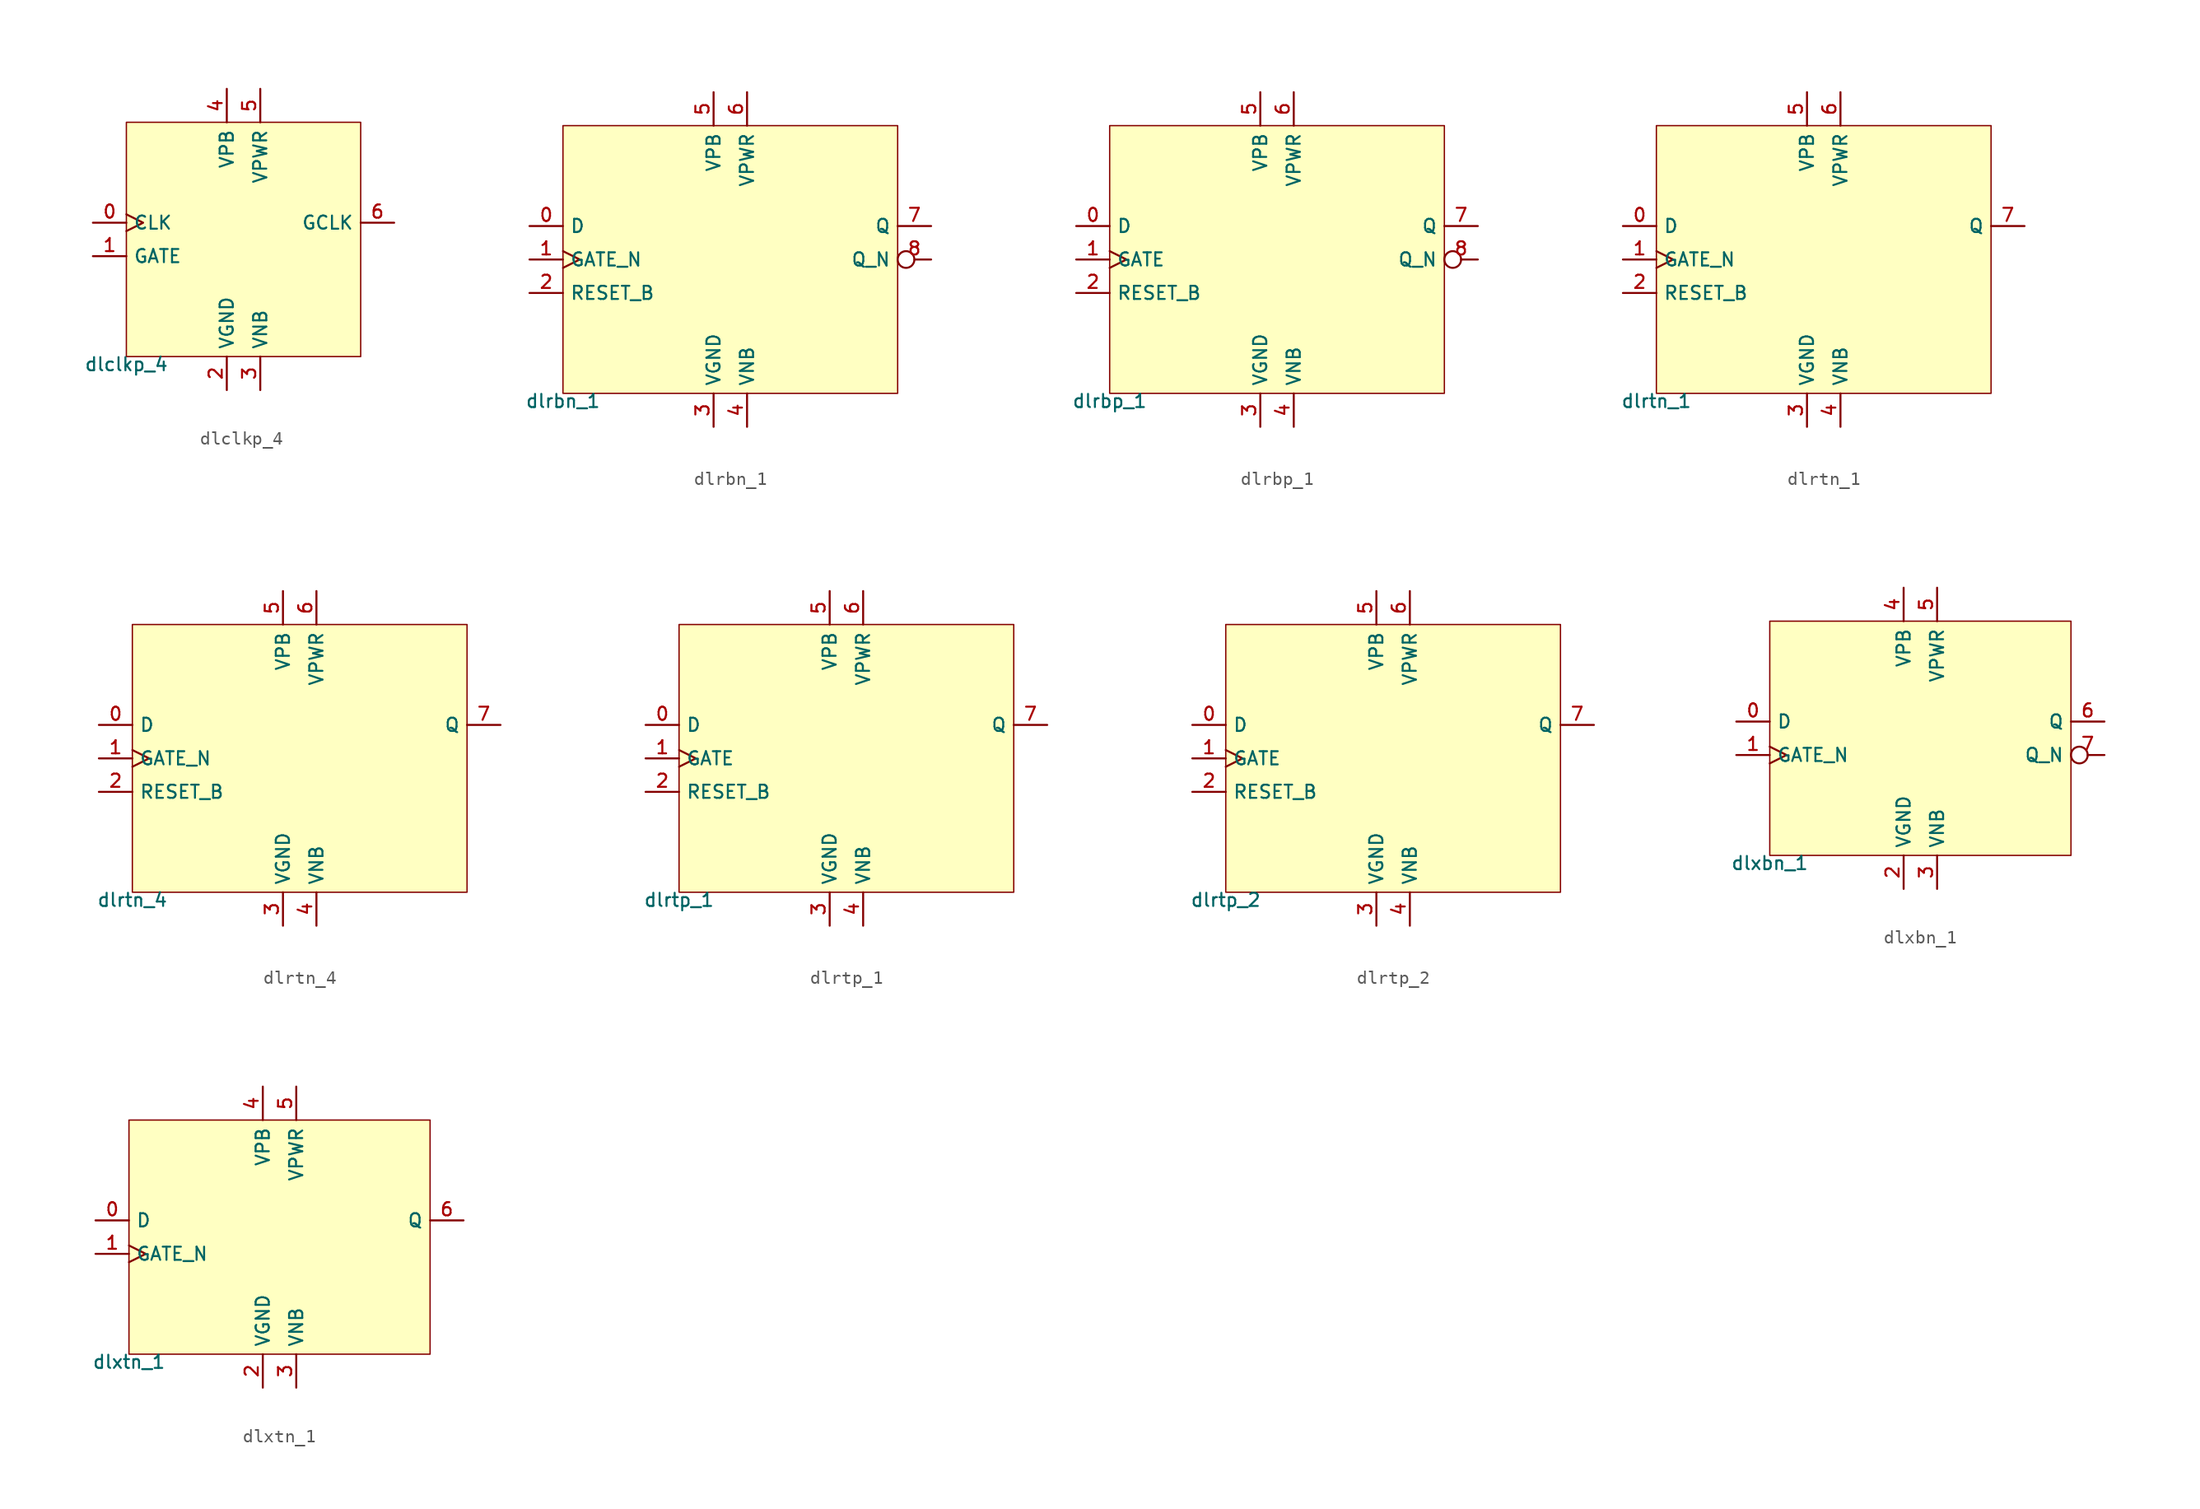
<source format=kicad_sym>
(kicad_symbol_lib
  (version 20211014)
  (generator lef2kicad_sym)
  (symbol "dlclkp_4"
    (property "Reference" "CELL"
      (at 0 0 0)
      (effects (font (size 1 1)) hide))
    (property "Value" "dlclkp_4"
      (at -8.89 -8.89 0)
      (effects (font (size 1 1)) (justify top)))
    (rectangle
      (start -8.89 -8.89)
      (end 8.89 8.89)
      (stroke (width 0.1) (type solid) (color 0 0 0 0))
      (fill (type background)))
    (pin input clock
      (at -11.43 1.27 0)
      (length 2.54)
      (name "CLK" (effects (font (size 1 1)) hide))
      (number "0" (effects (font (size 1 1)) hide)))
    (pin input line
      (at -11.43 -1.27 0)
      (length 2.54)
      (name "GATE" (effects (font (size 1 1)) hide))
      (number "1" (effects (font (size 1 1)) hide)))
    (pin power_in line
      (at -1.27 -11.43 90)
      (length 2.54)
      (name "VGND" (effects (font (size 1 1)) hide))
      (number "2" (effects (font (size 1 1)) hide)))
    (pin power_in line
      (at 1.27 -11.43 90)
      (length 2.54)
      (name "VNB" (effects (font (size 1 1)) hide))
      (number "3" (effects (font (size 1 1)) hide)))
    (pin power_in line
      (at -1.27 11.43 270)
      (length 2.54)
      (name "VPB" (effects (font (size 1 1)) hide))
      (number "4" (effects (font (size 1 1)) hide)))
    (pin power_in line
      (at 1.27 11.43 270)
      (length 2.54)
      (name "VPWR" (effects (font (size 1 1)) hide))
      (number "5" (effects (font (size 1 1)) hide)))
    (pin output line
      (at 11.43 1.27 180)
      (length 2.54)
      (name "GCLK" (effects (font (size 1 1)) hide))
      (number "6" (effects (font (size 1 1)) hide))))
  (symbol "dlrbn_1"
    (property "Reference" "CELL"
      (at 0 0 0)
      (effects (font (size 1 1)) hide))
    (property "Value" "dlrbn_1"
      (at -12.7 -10.16 0)
      (effects (font (size 1 1)) (justify top)))
    (rectangle
      (start -12.7 -10.16)
      (end 12.7 10.16)
      (stroke (width 0.1) (type solid) (color 0 0 0 0))
      (fill (type background)))
    (pin input line
      (at -15.24 2.54 0)
      (length 2.54)
      (name "D" (effects (font (size 1 1)) hide))
      (number "0" (effects (font (size 1 1)) hide)))
    (pin input clock
      (at -15.24 0.0 0)
      (length 2.54)
      (name "GATE_N" (effects (font (size 1 1)) hide))
      (number "1" (effects (font (size 1 1)) hide)))
    (pin input line
      (at -15.24 -2.54 0)
      (length 2.54)
      (name "RESET_B" (effects (font (size 1 1)) hide))
      (number "2" (effects (font (size 1 1)) hide)))
    (pin power_in line
      (at -1.27 -12.7 90)
      (length 2.54)
      (name "VGND" (effects (font (size 1 1)) hide))
      (number "3" (effects (font (size 1 1)) hide)))
    (pin power_in line
      (at 1.27 -12.7 90)
      (length 2.54)
      (name "VNB" (effects (font (size 1 1)) hide))
      (number "4" (effects (font (size 1 1)) hide)))
    (pin power_in line
      (at -1.27 12.7 270)
      (length 2.54)
      (name "VPB" (effects (font (size 1 1)) hide))
      (number "5" (effects (font (size 1 1)) hide)))
    (pin power_in line
      (at 1.27 12.7 270)
      (length 2.54)
      (name "VPWR" (effects (font (size 1 1)) hide))
      (number "6" (effects (font (size 1 1)) hide)))
    (pin output line
      (at 15.24 2.54 180)
      (length 2.54)
      (name "Q" (effects (font (size 1 1)) hide))
      (number "7" (effects (font (size 1 1)) hide)))
    (pin output inverted
      (at 15.24 0.0 180)
      (length 2.54)
      (name "Q_N" (effects (font (size 1 1)) hide))
      (number "8" (effects (font (size 1 1)) hide))))
  (symbol "dlrbp_1"
    (property "Reference" "CELL"
      (at 0 0 0)
      (effects (font (size 1 1)) hide))
    (property "Value" "dlrbp_1"
      (at -12.7 -10.16 0)
      (effects (font (size 1 1)) (justify top)))
    (rectangle
      (start -12.7 -10.16)
      (end 12.7 10.16)
      (stroke (width 0.1) (type solid) (color 0 0 0 0))
      (fill (type background)))
    (pin input line
      (at -15.24 2.54 0)
      (length 2.54)
      (name "D" (effects (font (size 1 1)) hide))
      (number "0" (effects (font (size 1 1)) hide)))
    (pin input clock
      (at -15.24 0.0 0)
      (length 2.54)
      (name "GATE" (effects (font (size 1 1)) hide))
      (number "1" (effects (font (size 1 1)) hide)))
    (pin input line
      (at -15.24 -2.54 0)
      (length 2.54)
      (name "RESET_B" (effects (font (size 1 1)) hide))
      (number "2" (effects (font (size 1 1)) hide)))
    (pin power_in line
      (at -1.27 -12.7 90)
      (length 2.54)
      (name "VGND" (effects (font (size 1 1)) hide))
      (number "3" (effects (font (size 1 1)) hide)))
    (pin power_in line
      (at 1.27 -12.7 90)
      (length 2.54)
      (name "VNB" (effects (font (size 1 1)) hide))
      (number "4" (effects (font (size 1 1)) hide)))
    (pin power_in line
      (at -1.27 12.7 270)
      (length 2.54)
      (name "VPB" (effects (font (size 1 1)) hide))
      (number "5" (effects (font (size 1 1)) hide)))
    (pin power_in line
      (at 1.27 12.7 270)
      (length 2.54)
      (name "VPWR" (effects (font (size 1 1)) hide))
      (number "6" (effects (font (size 1 1)) hide)))
    (pin output line
      (at 15.24 2.54 180)
      (length 2.54)
      (name "Q" (effects (font (size 1 1)) hide))
      (number "7" (effects (font (size 1 1)) hide)))
    (pin output inverted
      (at 15.24 0.0 180)
      (length 2.54)
      (name "Q_N" (effects (font (size 1 1)) hide))
      (number "8" (effects (font (size 1 1)) hide))))
  (symbol "dlrtn_1"
    (property "Reference" "CELL"
      (at 0 0 0)
      (effects (font (size 1 1)) hide))
    (property "Value" "dlrtn_1"
      (at -12.7 -10.16 0)
      (effects (font (size 1 1)) (justify top)))
    (rectangle
      (start -12.7 -10.16)
      (end 12.7 10.16)
      (stroke (width 0.1) (type solid) (color 0 0 0 0))
      (fill (type background)))
    (pin input line
      (at -15.24 2.54 0)
      (length 2.54)
      (name "D" (effects (font (size 1 1)) hide))
      (number "0" (effects (font (size 1 1)) hide)))
    (pin input clock
      (at -15.24 0.0 0)
      (length 2.54)
      (name "GATE_N" (effects (font (size 1 1)) hide))
      (number "1" (effects (font (size 1 1)) hide)))
    (pin input line
      (at -15.24 -2.54 0)
      (length 2.54)
      (name "RESET_B" (effects (font (size 1 1)) hide))
      (number "2" (effects (font (size 1 1)) hide)))
    (pin power_in line
      (at -1.27 -12.7 90)
      (length 2.54)
      (name "VGND" (effects (font (size 1 1)) hide))
      (number "3" (effects (font (size 1 1)) hide)))
    (pin power_in line
      (at 1.27 -12.7 90)
      (length 2.54)
      (name "VNB" (effects (font (size 1 1)) hide))
      (number "4" (effects (font (size 1 1)) hide)))
    (pin power_in line
      (at -1.27 12.7 270)
      (length 2.54)
      (name "VPB" (effects (font (size 1 1)) hide))
      (number "5" (effects (font (size 1 1)) hide)))
    (pin power_in line
      (at 1.27 12.7 270)
      (length 2.54)
      (name "VPWR" (effects (font (size 1 1)) hide))
      (number "6" (effects (font (size 1 1)) hide)))
    (pin output line
      (at 15.24 2.54 180)
      (length 2.54)
      (name "Q" (effects (font (size 1 1)) hide))
      (number "7" (effects (font (size 1 1)) hide))))
  (symbol "dlrtn_4"
    (property "Reference" "CELL"
      (at 0 0 0)
      (effects (font (size 1 1)) hide))
    (property "Value" "dlrtn_4"
      (at -12.7 -10.16 0)
      (effects (font (size 1 1)) (justify top)))
    (rectangle
      (start -12.7 -10.16)
      (end 12.7 10.16)
      (stroke (width 0.1) (type solid) (color 0 0 0 0))
      (fill (type background)))
    (pin input line
      (at -15.24 2.54 0)
      (length 2.54)
      (name "D" (effects (font (size 1 1)) hide))
      (number "0" (effects (font (size 1 1)) hide)))
    (pin input clock
      (at -15.24 0.0 0)
      (length 2.54)
      (name "GATE_N" (effects (font (size 1 1)) hide))
      (number "1" (effects (font (size 1 1)) hide)))
    (pin input line
      (at -15.24 -2.54 0)
      (length 2.54)
      (name "RESET_B" (effects (font (size 1 1)) hide))
      (number "2" (effects (font (size 1 1)) hide)))
    (pin power_in line
      (at -1.27 -12.7 90)
      (length 2.54)
      (name "VGND" (effects (font (size 1 1)) hide))
      (number "3" (effects (font (size 1 1)) hide)))
    (pin power_in line
      (at 1.27 -12.7 90)
      (length 2.54)
      (name "VNB" (effects (font (size 1 1)) hide))
      (number "4" (effects (font (size 1 1)) hide)))
    (pin power_in line
      (at -1.27 12.7 270)
      (length 2.54)
      (name "VPB" (effects (font (size 1 1)) hide))
      (number "5" (effects (font (size 1 1)) hide)))
    (pin power_in line
      (at 1.27 12.7 270)
      (length 2.54)
      (name "VPWR" (effects (font (size 1 1)) hide))
      (number "6" (effects (font (size 1 1)) hide)))
    (pin output line
      (at 15.24 2.54 180)
      (length 2.54)
      (name "Q" (effects (font (size 1 1)) hide))
      (number "7" (effects (font (size 1 1)) hide))))
  (symbol "dlrtp_1"
    (property "Reference" "CELL"
      (at 0 0 0)
      (effects (font (size 1 1)) hide))
    (property "Value" "dlrtp_1"
      (at -12.7 -10.16 0)
      (effects (font (size 1 1)) (justify top)))
    (rectangle
      (start -12.7 -10.16)
      (end 12.7 10.16)
      (stroke (width 0.1) (type solid) (color 0 0 0 0))
      (fill (type background)))
    (pin input line
      (at -15.24 2.54 0)
      (length 2.54)
      (name "D" (effects (font (size 1 1)) hide))
      (number "0" (effects (font (size 1 1)) hide)))
    (pin input clock
      (at -15.24 0.0 0)
      (length 2.54)
      (name "GATE" (effects (font (size 1 1)) hide))
      (number "1" (effects (font (size 1 1)) hide)))
    (pin input line
      (at -15.24 -2.54 0)
      (length 2.54)
      (name "RESET_B" (effects (font (size 1 1)) hide))
      (number "2" (effects (font (size 1 1)) hide)))
    (pin power_in line
      (at -1.27 -12.7 90)
      (length 2.54)
      (name "VGND" (effects (font (size 1 1)) hide))
      (number "3" (effects (font (size 1 1)) hide)))
    (pin power_in line
      (at 1.27 -12.7 90)
      (length 2.54)
      (name "VNB" (effects (font (size 1 1)) hide))
      (number "4" (effects (font (size 1 1)) hide)))
    (pin power_in line
      (at -1.27 12.7 270)
      (length 2.54)
      (name "VPB" (effects (font (size 1 1)) hide))
      (number "5" (effects (font (size 1 1)) hide)))
    (pin power_in line
      (at 1.27 12.7 270)
      (length 2.54)
      (name "VPWR" (effects (font (size 1 1)) hide))
      (number "6" (effects (font (size 1 1)) hide)))
    (pin output line
      (at 15.24 2.54 180)
      (length 2.54)
      (name "Q" (effects (font (size 1 1)) hide))
      (number "7" (effects (font (size 1 1)) hide))))
  (symbol "dlrtp_2"
    (property "Reference" "CELL"
      (at 0 0 0)
      (effects (font (size 1 1)) hide))
    (property "Value" "dlrtp_2"
      (at -12.7 -10.16 0)
      (effects (font (size 1 1)) (justify top)))
    (rectangle
      (start -12.7 -10.16)
      (end 12.7 10.16)
      (stroke (width 0.1) (type solid) (color 0 0 0 0))
      (fill (type background)))
    (pin input line
      (at -15.24 2.54 0)
      (length 2.54)
      (name "D" (effects (font (size 1 1)) hide))
      (number "0" (effects (font (size 1 1)) hide)))
    (pin input clock
      (at -15.24 0.0 0)
      (length 2.54)
      (name "GATE" (effects (font (size 1 1)) hide))
      (number "1" (effects (font (size 1 1)) hide)))
    (pin input line
      (at -15.24 -2.54 0)
      (length 2.54)
      (name "RESET_B" (effects (font (size 1 1)) hide))
      (number "2" (effects (font (size 1 1)) hide)))
    (pin power_in line
      (at -1.27 -12.7 90)
      (length 2.54)
      (name "VGND" (effects (font (size 1 1)) hide))
      (number "3" (effects (font (size 1 1)) hide)))
    (pin power_in line
      (at 1.27 -12.7 90)
      (length 2.54)
      (name "VNB" (effects (font (size 1 1)) hide))
      (number "4" (effects (font (size 1 1)) hide)))
    (pin power_in line
      (at -1.27 12.7 270)
      (length 2.54)
      (name "VPB" (effects (font (size 1 1)) hide))
      (number "5" (effects (font (size 1 1)) hide)))
    (pin power_in line
      (at 1.27 12.7 270)
      (length 2.54)
      (name "VPWR" (effects (font (size 1 1)) hide))
      (number "6" (effects (font (size 1 1)) hide)))
    (pin output line
      (at 15.24 2.54 180)
      (length 2.54)
      (name "Q" (effects (font (size 1 1)) hide))
      (number "7" (effects (font (size 1 1)) hide))))
  (symbol "dlxbn_1"
    (property "Reference" "CELL"
      (at 0 0 0)
      (effects (font (size 1 1)) hide))
    (property "Value" "dlxbn_1"
      (at -11.43 -8.89 0)
      (effects (font (size 1 1)) (justify top)))
    (rectangle
      (start -11.43 -8.89)
      (end 11.43 8.89)
      (stroke (width 0.1) (type solid) (color 0 0 0 0))
      (fill (type background)))
    (pin input line
      (at -13.97 1.27 0)
      (length 2.54)
      (name "D" (effects (font (size 1 1)) hide))
      (number "0" (effects (font (size 1 1)) hide)))
    (pin input clock
      (at -13.97 -1.27 0)
      (length 2.54)
      (name "GATE_N" (effects (font (size 1 1)) hide))
      (number "1" (effects (font (size 1 1)) hide)))
    (pin power_in line
      (at -1.27 -11.43 90)
      (length 2.54)
      (name "VGND" (effects (font (size 1 1)) hide))
      (number "2" (effects (font (size 1 1)) hide)))
    (pin power_in line
      (at 1.27 -11.43 90)
      (length 2.54)
      (name "VNB" (effects (font (size 1 1)) hide))
      (number "3" (effects (font (size 1 1)) hide)))
    (pin power_in line
      (at -1.27 11.43 270)
      (length 2.54)
      (name "VPB" (effects (font (size 1 1)) hide))
      (number "4" (effects (font (size 1 1)) hide)))
    (pin power_in line
      (at 1.27 11.43 270)
      (length 2.54)
      (name "VPWR" (effects (font (size 1 1)) hide))
      (number "5" (effects (font (size 1 1)) hide)))
    (pin output line
      (at 13.97 1.27 180)
      (length 2.54)
      (name "Q" (effects (font (size 1 1)) hide))
      (number "6" (effects (font (size 1 1)) hide)))
    (pin output inverted
      (at 13.97 -1.27 180)
      (length 2.54)
      (name "Q_N" (effects (font (size 1 1)) hide))
      (number "7" (effects (font (size 1 1)) hide))))
  (symbol "dlxtn_1"
    (property "Reference" "CELL"
      (at 0 0 0)
      (effects (font (size 1 1)) hide))
    (property "Value" "dlxtn_1"
      (at -11.43 -8.89 0)
      (effects (font (size 1 1)) (justify top)))
    (rectangle
      (start -11.43 -8.89)
      (end 11.43 8.89)
      (stroke (width 0.1) (type solid) (color 0 0 0 0))
      (fill (type background)))
    (pin input line
      (at -13.97 1.27 0)
      (length 2.54)
      (name "D" (effects (font (size 1 1)) hide))
      (number "0" (effects (font (size 1 1)) hide)))
    (pin input clock
      (at -13.97 -1.27 0)
      (length 2.54)
      (name "GATE_N" (effects (font (size 1 1)) hide))
      (number "1" (effects (font (size 1 1)) hide)))
    (pin power_in line
      (at -1.27 -11.43 90)
      (length 2.54)
      (name "VGND" (effects (font (size 1 1)) hide))
      (number "2" (effects (font (size 1 1)) hide)))
    (pin power_in line
      (at 1.27 -11.43 90)
      (length 2.54)
      (name "VNB" (effects (font (size 1 1)) hide))
      (number "3" (effects (font (size 1 1)) hide)))
    (pin power_in line
      (at -1.27 11.43 270)
      (length 2.54)
      (name "VPB" (effects (font (size 1 1)) hide))
      (number "4" (effects (font (size 1 1)) hide)))
    (pin power_in line
      (at 1.27 11.43 270)
      (length 2.54)
      (name "VPWR" (effects (font (size 1 1)) hide))
      (number "5" (effects (font (size 1 1)) hide)))
    (pin output line
      (at 13.97 1.27 180)
      (length 2.54)
      (name "Q" (effects (font (size 1 1)) hide))
      (number "6" (effects (font (size 1 1)) hide)))))
</source>
